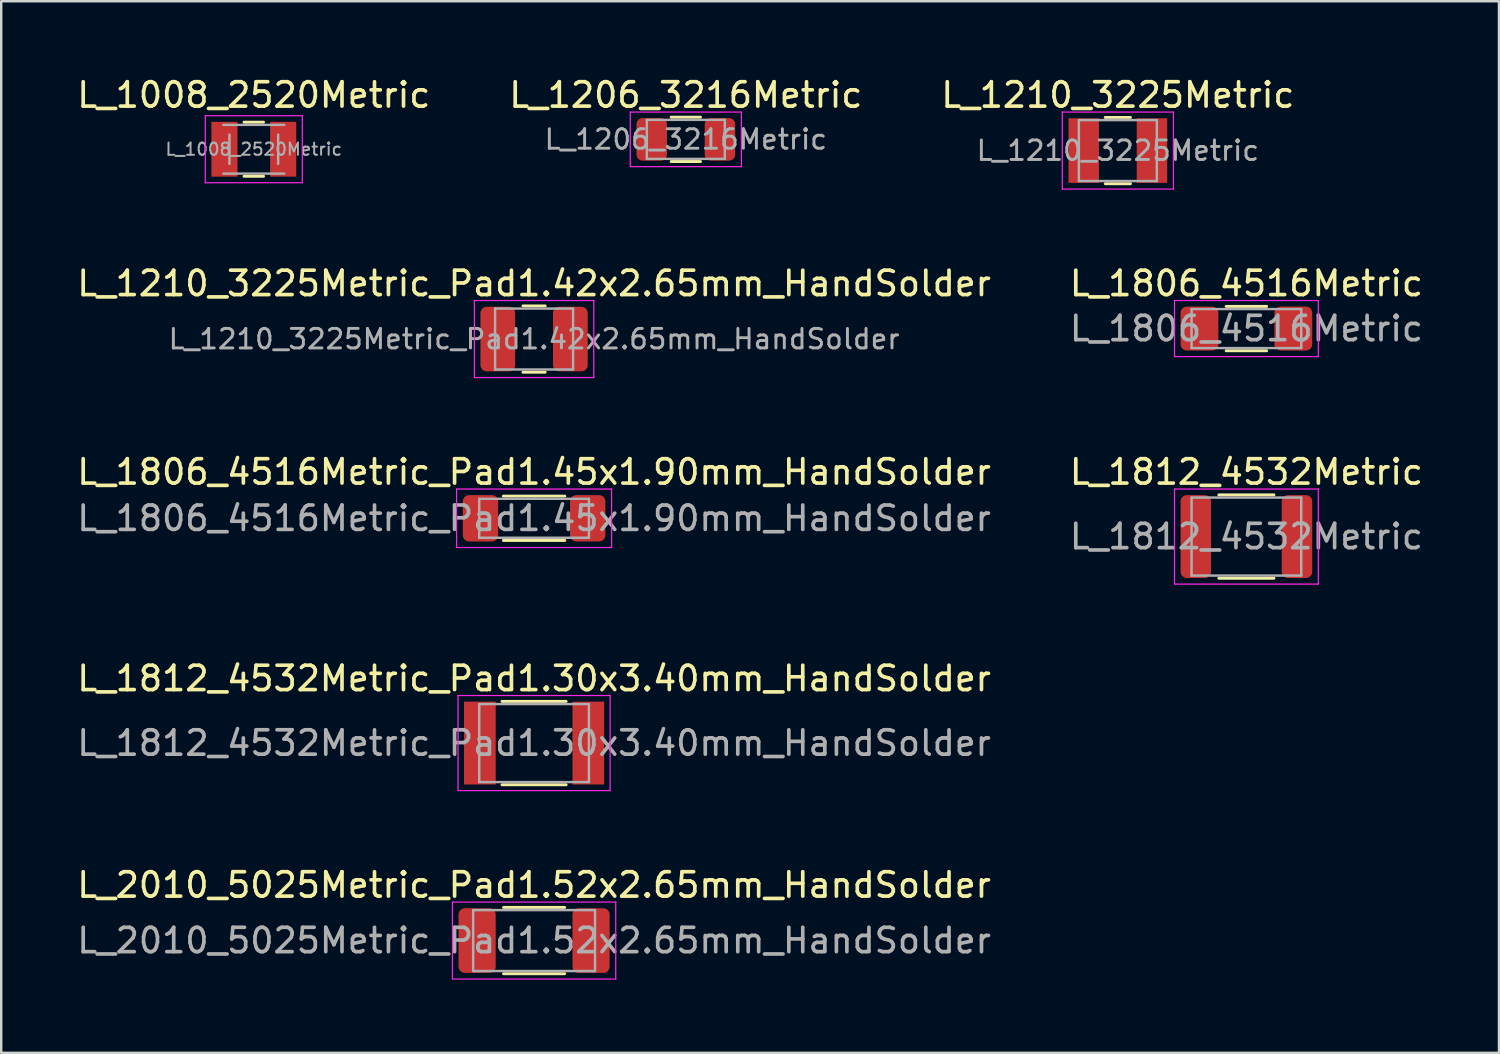
<source format=kicad_pcb>
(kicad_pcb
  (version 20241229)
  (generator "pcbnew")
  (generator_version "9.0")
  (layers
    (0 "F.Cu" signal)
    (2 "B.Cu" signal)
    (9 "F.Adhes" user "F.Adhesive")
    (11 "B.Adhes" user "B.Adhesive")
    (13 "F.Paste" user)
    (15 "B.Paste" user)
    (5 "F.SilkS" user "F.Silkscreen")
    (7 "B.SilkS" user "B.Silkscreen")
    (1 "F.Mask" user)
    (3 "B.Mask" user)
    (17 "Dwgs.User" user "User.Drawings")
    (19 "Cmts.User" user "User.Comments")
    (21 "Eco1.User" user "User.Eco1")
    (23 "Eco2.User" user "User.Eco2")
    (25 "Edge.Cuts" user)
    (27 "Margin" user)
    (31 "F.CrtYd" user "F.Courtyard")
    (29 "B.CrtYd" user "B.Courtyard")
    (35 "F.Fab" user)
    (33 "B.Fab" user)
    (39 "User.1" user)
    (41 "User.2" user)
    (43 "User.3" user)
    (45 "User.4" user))
  (footprint "L_1812_4532Metric_Pad1.30x3.40mm_HandSolder"
    (layer "F.Cu")
    (at 18.863 27.438)
    (property "Reference" "L_1812_4532Metric_Pad1.30x3.40mm_HandSolder" (at 0 -2.65 0) (layer "F.SilkS") (effects (font (size 1 1) (thickness 0.15))))
    (attr smd)
    (fp_line (start -1.315 -1.71) (end 1.315 -1.71) (stroke (width 0.12) (type solid)) (layer "F.SilkS"))
    (fp_line (start -1.315 1.71) (end 1.315 1.71) (stroke (width 0.12) (type solid)) (layer "F.SilkS"))
    (fp_line (start -3.12 -1.95) (end 3.12 -1.95) (stroke (width 0.05) (type solid)) (layer "F.CrtYd"))
    (fp_line (start -3.12 1.95) (end -3.12 -1.95) (stroke (width 0.05) (type solid)) (layer "F.CrtYd"))
    (fp_line (start 3.12 -1.95) (end 3.12 1.95) (stroke (width 0.05) (type solid)) (layer "F.CrtYd"))
    (fp_line (start 3.12 1.95) (end -3.12 1.95) (stroke (width 0.05) (type solid)) (layer "F.CrtYd"))
    (fp_line (start -2.25 -1.6) (end 2.25 -1.6) (stroke (width 0.1) (type solid)) (layer "F.Fab"))
    (fp_line (start -2.25 1.6) (end -2.25 -1.6) (stroke (width 0.1) (type solid)) (layer "F.Fab"))
    (fp_line (start 2.25 -1.6) (end 2.25 1.6) (stroke (width 0.1) (type solid)) (layer "F.Fab"))
    (fp_line (start 2.25 1.6) (end -2.25 1.6) (stroke (width 0.1) (type solid)) (layer "F.Fab"))
    (fp_text user "${REFERENCE}" (at 0 0 0) (layer "F.Fab") (effects (font (size 1 1) (thickness 0.15))))
    (pad "1" smd rect (at -2.225 0) (size 1.3 3.4) (layers "F.Cu" "F.Mask" "F.Paste"))
    (pad "2" smd rect (at 2.225 0) (size 1.3 3.4) (layers "F.Cu" "F.Mask" "F.Paste")))
  (footprint "L_2010_5025Metric_Pad1.52x2.65mm_HandSolder"
    (layer "F.Cu")
    (at 18.863 35.541)
    (property "Reference" "L_2010_5025Metric_Pad1.52x2.65mm_HandSolder" (at 0 -2.28 0) (layer "F.SilkS") (effects (font (size 1 1) (thickness 0.15))))
    (attr smd)
    (fp_line (start -1.255 -1.36) (end 1.255 -1.36) (stroke (width 0.12) (type solid)) (layer "F.SilkS"))
    (fp_line (start -1.255 1.36) (end 1.255 1.36) (stroke (width 0.12) (type solid)) (layer "F.SilkS"))
    (fp_line (start -3.35 -1.58) (end 3.35 -1.58) (stroke (width 0.05) (type solid)) (layer "F.CrtYd"))
    (fp_line (start -3.35 1.58) (end -3.35 -1.58) (stroke (width 0.05) (type solid)) (layer "F.CrtYd"))
    (fp_line (start 3.35 -1.58) (end 3.35 1.58) (stroke (width 0.05) (type solid)) (layer "F.CrtYd"))
    (fp_line (start 3.35 1.58) (end -3.35 1.58) (stroke (width 0.05) (type solid)) (layer "F.CrtYd"))
    (fp_line (start -2.5 -1.25) (end 2.5 -1.25) (stroke (width 0.1) (type solid)) (layer "F.Fab"))
    (fp_line (start -2.5 1.25) (end -2.5 -1.25) (stroke (width 0.1) (type solid)) (layer "F.Fab"))
    (fp_line (start 2.5 -1.25) (end 2.5 1.25) (stroke (width 0.1) (type solid)) (layer "F.Fab"))
    (fp_line (start 2.5 1.25) (end -2.5 1.25) (stroke (width 0.1) (type solid)) (layer "F.Fab"))
    (fp_text user "${REFERENCE}" (at 0 0 0) (layer "F.Fab") (effects (font (size 1 1) (thickness 0.15))))
    (pad "1" smd roundrect (at -2.337 0) (size 1.525 2.65) (layers "F.Cu" "F.Mask" "F.Paste") (roundrect_rratio 0.164))
    (pad "2" smd roundrect (at 2.337 0) (size 1.525 2.65) (layers "F.Cu" "F.Mask" "F.Paste") (roundrect_rratio 0.164)))
  (footprint "L_1806_4516Metric"
    (layer "F.Cu")
    (at 48.089 10.431)
    (property "Reference" "L_1806_4516Metric" (at 0 -1.85 0) (layer "F.SilkS") (effects (font (size 1 1) (thickness 0.15))))
    (attr smd)
    (fp_line (start -0.83 -0.91) (end 0.83 -0.91) (stroke (width 0.12) (type solid)) (layer "F.SilkS"))
    (fp_line (start -0.83 0.91) (end 0.83 0.91) (stroke (width 0.12) (type solid)) (layer "F.SilkS"))
    (fp_line (start -2.95 -1.15) (end 2.95 -1.15) (stroke (width 0.05) (type solid)) (layer "F.CrtYd"))
    (fp_line (start -2.95 1.15) (end -2.95 -1.15) (stroke (width 0.05) (type solid)) (layer "F.CrtYd"))
    (fp_line (start 2.95 -1.15) (end 2.95 1.15) (stroke (width 0.05) (type solid)) (layer "F.CrtYd"))
    (fp_line (start 2.95 1.15) (end -2.95 1.15) (stroke (width 0.05) (type solid)) (layer "F.CrtYd"))
    (fp_line (start -2.25 -0.8) (end 2.25 -0.8) (stroke (width 0.1) (type solid)) (layer "F.Fab"))
    (fp_line (start -2.25 0.8) (end -2.25 -0.8) (stroke (width 0.1) (type solid)) (layer "F.Fab"))
    (fp_line (start 2.25 -0.8) (end 2.25 0.8) (stroke (width 0.1) (type solid)) (layer "F.Fab"))
    (fp_line (start 2.25 0.8) (end -2.25 0.8) (stroke (width 0.1) (type solid)) (layer "F.Fab"))
    (fp_text user "${REFERENCE}" (at 0 0 0) (layer "F.Fab") (effects (font (size 1 1) (thickness 0.15))))
    (pad "1" smd roundrect (at -1.925 0) (size 1.55 1.8) (layers "F.Cu" "F.Mask" "F.Paste") (roundrect_rratio 0.161))
    (pad "2" smd roundrect (at 1.925 0) (size 1.55 1.8) (layers "F.Cu" "F.Mask" "F.Paste") (roundrect_rratio 0.161)))
  (footprint "L_1812_4532Metric"
    (layer "F.Cu")
    (at 48.089 18.965)
    (property "Reference" "L_1812_4532Metric" (at 0 -2.65 0) (layer "F.SilkS") (effects (font (size 1 1) (thickness 0.15))))
    (attr smd)
    (fp_line (start -1.13 -1.71) (end 1.13 -1.71) (stroke (width 0.12) (type solid)) (layer "F.SilkS"))
    (fp_line (start -1.13 1.71) (end 1.13 1.71) (stroke (width 0.12) (type solid)) (layer "F.SilkS"))
    (fp_line (start -2.95 -1.95) (end 2.95 -1.95) (stroke (width 0.05) (type solid)) (layer "F.CrtYd"))
    (fp_line (start -2.95 1.95) (end -2.95 -1.95) (stroke (width 0.05) (type solid)) (layer "F.CrtYd"))
    (fp_line (start 2.95 -1.95) (end 2.95 1.95) (stroke (width 0.05) (type solid)) (layer "F.CrtYd"))
    (fp_line (start 2.95 1.95) (end -2.95 1.95) (stroke (width 0.05) (type solid)) (layer "F.CrtYd"))
    (fp_line (start -2.25 -1.6) (end 2.25 -1.6) (stroke (width 0.1) (type solid)) (layer "F.Fab"))
    (fp_line (start -2.25 1.6) (end -2.25 -1.6) (stroke (width 0.1) (type solid)) (layer "F.Fab"))
    (fp_line (start 2.25 -1.6) (end 2.25 1.6) (stroke (width 0.1) (type solid)) (layer "F.Fab"))
    (fp_line (start 2.25 1.6) (end -2.25 1.6) (stroke (width 0.1) (type solid)) (layer "F.Fab"))
    (fp_text user "${REFERENCE}" (at 0 0 0) (layer "F.Fab") (effects (font (size 1 1) (thickness 0.15))))
    (pad "1" smd roundrect (at -2.075 0) (size 1.25 3.4) (layers "F.Cu" "F.Mask" "F.Paste") (roundrect_rratio 0.2))
    (pad "2" smd roundrect (at 2.075 0) (size 1.25 3.4) (layers "F.Cu" "F.Mask" "F.Paste") (roundrect_rratio 0.2)))
  (footprint "L_1806_4516Metric_Pad1.45x1.90mm_HandSolder"
    (layer "F.Cu")
    (at 18.863 18.215)
    (property "Reference" "L_1806_4516Metric_Pad1.45x1.90mm_HandSolder" (at 0 -1.9 0) (layer "F.SilkS") (effects (font (size 1 1) (thickness 0.15))))
    (attr smd)
    (fp_line (start -1.26 -0.91) (end 1.26 -0.91) (stroke (width 0.12) (type solid)) (layer "F.SilkS"))
    (fp_line (start -1.26 0.91) (end 1.26 0.91) (stroke (width 0.12) (type solid)) (layer "F.SilkS"))
    (fp_line (start -3.18 -1.2) (end 3.18 -1.2) (stroke (width 0.05) (type solid)) (layer "F.CrtYd"))
    (fp_line (start -3.18 1.2) (end -3.18 -1.2) (stroke (width 0.05) (type solid)) (layer "F.CrtYd"))
    (fp_line (start 3.18 -1.2) (end 3.18 1.2) (stroke (width 0.05) (type solid)) (layer "F.CrtYd"))
    (fp_line (start 3.18 1.2) (end -3.18 1.2) (stroke (width 0.05) (type solid)) (layer "F.CrtYd"))
    (fp_line (start -2.25 -0.8) (end 2.25 -0.8) (stroke (width 0.1) (type solid)) (layer "F.Fab"))
    (fp_line (start -2.25 0.8) (end -2.25 -0.8) (stroke (width 0.1) (type solid)) (layer "F.Fab"))
    (fp_line (start 2.25 -0.8) (end 2.25 0.8) (stroke (width 0.1) (type solid)) (layer "F.Fab"))
    (fp_line (start 2.25 0.8) (end -2.25 0.8) (stroke (width 0.1) (type solid)) (layer "F.Fab"))
    (fp_text user "${REFERENCE}" (at 0 0 0) (layer "F.Fab") (effects (font (size 1 1) (thickness 0.15))))
    (pad "1" smd roundrect (at -2.2 0) (size 1.45 1.9) (layers "F.Cu" "F.Mask" "F.Paste") (roundrect_rratio 0.172))
    (pad "2" smd roundrect (at 2.2 0) (size 1.45 1.9) (layers "F.Cu" "F.Mask" "F.Paste") (roundrect_rratio 0.172)))
  (footprint "L_1008_2520Metric"
    (layer "F.Cu")
    (at 7.363 3.073)
    (property "Reference" "L_1008_2520Metric" (at 0 -2.225 0) (layer "F.SilkS") (effects (font (size 1 1) (thickness 0.15))))
    (attr smd)
    (fp_line (start -0.4 -1.11) (end 0.4 -1.11) (stroke (width 0.12) (type solid)) (layer "F.SilkS"))
    (fp_line (start -0.4 1.11) (end 0.4 1.11) (stroke (width 0.12) (type solid)) (layer "F.SilkS"))
    (fp_line (start -1.99 -1.375) (end 1.99 -1.375) (stroke (width 0.05) (type solid)) (layer "F.CrtYd"))
    (fp_line (start -1.99 1.375) (end -1.99 -1.375) (stroke (width 0.05) (type solid)) (layer "F.CrtYd"))
    (fp_line (start 1.99 -1.375) (end 1.99 1.375) (stroke (width 0.05) (type solid)) (layer "F.CrtYd"))
    (fp_line (start 1.99 1.375) (end -1.99 1.375) (stroke (width 0.05) (type solid)) (layer "F.CrtYd"))
    (fp_line (start -1.25 -1) (end 1.25 -1) (stroke (width 0.1) (type solid)) (layer "F.Fab"))
    (fp_line (start -1 0.6) (end -1 -0.6) (stroke (width 0.1) (type solid)) (layer "F.Fab"))
    (fp_line (start 1 -0.6) (end 1 0.6) (stroke (width 0.1) (type solid)) (layer "F.Fab"))
    (fp_line (start 1.25 1) (end -1.25 1) (stroke (width 0.1) (type solid)) (layer "F.Fab"))
    (fp_text user "${REFERENCE}" (at 0 0 0) (layer "F.Fab") (effects (font (size 0.5 0.5) (thickness 0.08))))
    (pad "1" smd rect (at -1.205 0) (size 1.07 2.25) (layers "F.Cu" "F.Mask" "F.Paste"))
    (pad "2" smd rect (at 1.205 0) (size 1.07 2.25) (layers "F.Cu" "F.Mask" "F.Paste")))
  (footprint "L_1210_3225Metric_Pad1.42x2.65mm_HandSolder"
    (layer "F.Cu")
    (at 18.863 10.861)
    (property "Reference" "L_1210_3225Metric_Pad1.42x2.65mm_HandSolder" (at 0 -2.28 0) (layer "F.SilkS") (effects (font (size 1 1) (thickness 0.15))))
    (attr smd)
    (fp_line (start -0.455 -1.36) (end 0.455 -1.36) (stroke (width 0.12) (type solid)) (layer "F.SilkS"))
    (fp_line (start -0.455 1.36) (end 0.455 1.36) (stroke (width 0.12) (type solid)) (layer "F.SilkS"))
    (fp_line (start -2.45 -1.58) (end 2.45 -1.58) (stroke (width 0.05) (type solid)) (layer "F.CrtYd"))
    (fp_line (start -2.45 1.58) (end -2.45 -1.58) (stroke (width 0.05) (type solid)) (layer "F.CrtYd"))
    (fp_line (start 2.45 -1.58) (end 2.45 1.58) (stroke (width 0.05) (type solid)) (layer "F.CrtYd"))
    (fp_line (start 2.45 1.58) (end -2.45 1.58) (stroke (width 0.05) (type solid)) (layer "F.CrtYd"))
    (fp_line (start -1.6 -1.25) (end 1.6 -1.25) (stroke (width 0.1) (type solid)) (layer "F.Fab"))
    (fp_line (start -1.6 1.25) (end -1.6 -1.25) (stroke (width 0.1) (type solid)) (layer "F.Fab"))
    (fp_line (start 1.6 -1.25) (end 1.6 1.25) (stroke (width 0.1) (type solid)) (layer "F.Fab"))
    (fp_line (start 1.6 1.25) (end -1.6 1.25) (stroke (width 0.1) (type solid)) (layer "F.Fab"))
    (fp_text user "${REFERENCE}" (at 0 0 0) (layer "F.Fab") (effects (font (size 0.8 0.8) (thickness 0.12))))
    (pad "1" smd roundrect (at -1.488 0) (size 1.425 2.65) (layers "F.Cu" "F.Mask" "F.Paste") (roundrect_rratio 0.175))
    (pad "2" smd roundrect (at 1.488 0) (size 1.425 2.65) (layers "F.Cu" "F.Mask" "F.Paste") (roundrect_rratio 0.175)))
  (footprint "L_1210_3225Metric"
    (layer "F.Cu")
    (at 42.815 3.128)
    (property "Reference" "L_1210_3225Metric" (at 0 -2.28 0) (layer "F.SilkS") (effects (font (size 1 1) (thickness 0.15))))
    (attr smd)
    (fp_line (start -0.517 -1.36) (end 0.517 -1.36) (stroke (width 0.12) (type solid)) (layer "F.SilkS"))
    (fp_line (start -0.517 1.36) (end 0.517 1.36) (stroke (width 0.12) (type solid)) (layer "F.SilkS"))
    (fp_line (start -2.28 -1.58) (end 2.28 -1.58) (stroke (width 0.05) (type solid)) (layer "F.CrtYd"))
    (fp_line (start -2.28 1.58) (end -2.28 -1.58) (stroke (width 0.05) (type solid)) (layer "F.CrtYd"))
    (fp_line (start 2.28 -1.58) (end 2.28 1.58) (stroke (width 0.05) (type solid)) (layer "F.CrtYd"))
    (fp_line (start 2.28 1.58) (end -2.28 1.58) (stroke (width 0.05) (type solid)) (layer "F.CrtYd"))
    (fp_line (start -1.6 -1.25) (end 1.6 -1.25) (stroke (width 0.1) (type solid)) (layer "F.Fab"))
    (fp_line (start -1.6 1.25) (end -1.6 -1.25) (stroke (width 0.1) (type solid)) (layer "F.Fab"))
    (fp_line (start 1.6 -1.25) (end 1.6 1.25) (stroke (width 0.1) (type solid)) (layer "F.Fab"))
    (fp_line (start 1.6 1.25) (end -1.6 1.25) (stroke (width 0.1) (type solid)) (layer "F.Fab"))
    (fp_text user "${REFERENCE}" (at 0 0 0) (layer "F.Fab") (effects (font (size 0.8 0.8) (thickness 0.12))))
    (pad "1" smd rect (at -1.4 0) (size 1.25 2.65) (layers "F.Cu" "F.Mask" "F.Paste"))
    (pad "2" smd rect (at 1.4 0) (size 1.25 2.65) (layers "F.Cu" "F.Mask" "F.Paste")))
  (footprint "L_1206_3216Metric"
    (layer "F.Cu")
    (at 25.089 2.668)
    (property "Reference" "L_1206_3216Metric" (at 0 -1.82 0) (layer "F.SilkS") (effects (font (size 1 1) (thickness 0.15))))
    (attr smd)
    (fp_line (start -0.602 -0.91) (end 0.602 -0.91) (stroke (width 0.12) (type solid)) (layer "F.SilkS"))
    (fp_line (start -0.602 0.91) (end 0.602 0.91) (stroke (width 0.12) (type solid)) (layer "F.SilkS"))
    (fp_line (start -2.28 -1.12) (end 2.28 -1.12) (stroke (width 0.05) (type solid)) (layer "F.CrtYd"))
    (fp_line (start -2.28 1.12) (end -2.28 -1.12) (stroke (width 0.05) (type solid)) (layer "F.CrtYd"))
    (fp_line (start 2.28 -1.12) (end 2.28 1.12) (stroke (width 0.05) (type solid)) (layer "F.CrtYd"))
    (fp_line (start 2.28 1.12) (end -2.28 1.12) (stroke (width 0.05) (type solid)) (layer "F.CrtYd"))
    (fp_line (start -1.6 -0.8) (end 1.6 -0.8) (stroke (width 0.1) (type solid)) (layer "F.Fab"))
    (fp_line (start -1.6 0.8) (end -1.6 -0.8) (stroke (width 0.1) (type solid)) (layer "F.Fab"))
    (fp_line (start 1.6 -0.8) (end 1.6 0.8) (stroke (width 0.1) (type solid)) (layer "F.Fab"))
    (fp_line (start 1.6 0.8) (end -1.6 0.8) (stroke (width 0.1) (type solid)) (layer "F.Fab"))
    (fp_text user "${REFERENCE}" (at 0 0 0) (layer "F.Fab") (effects (font (size 0.8 0.8) (thickness 0.12))))
    (pad "1" smd roundrect (at -1.4 0) (size 1.25 1.75) (layers "F.Cu" "F.Mask" "F.Paste") (roundrect_rratio 0.2))
    (pad "2" smd roundrect (at 1.4 0) (size 1.25 1.75) (layers "F.Cu" "F.Mask" "F.Paste") (roundrect_rratio 0.2)))
  (gr_rect
    (start -3 -3)
    (end 58.452 40.146)
    (stroke (width 0.1) (type default))
    (fill no)
    (layer "Edge.Cuts")))
</source>
